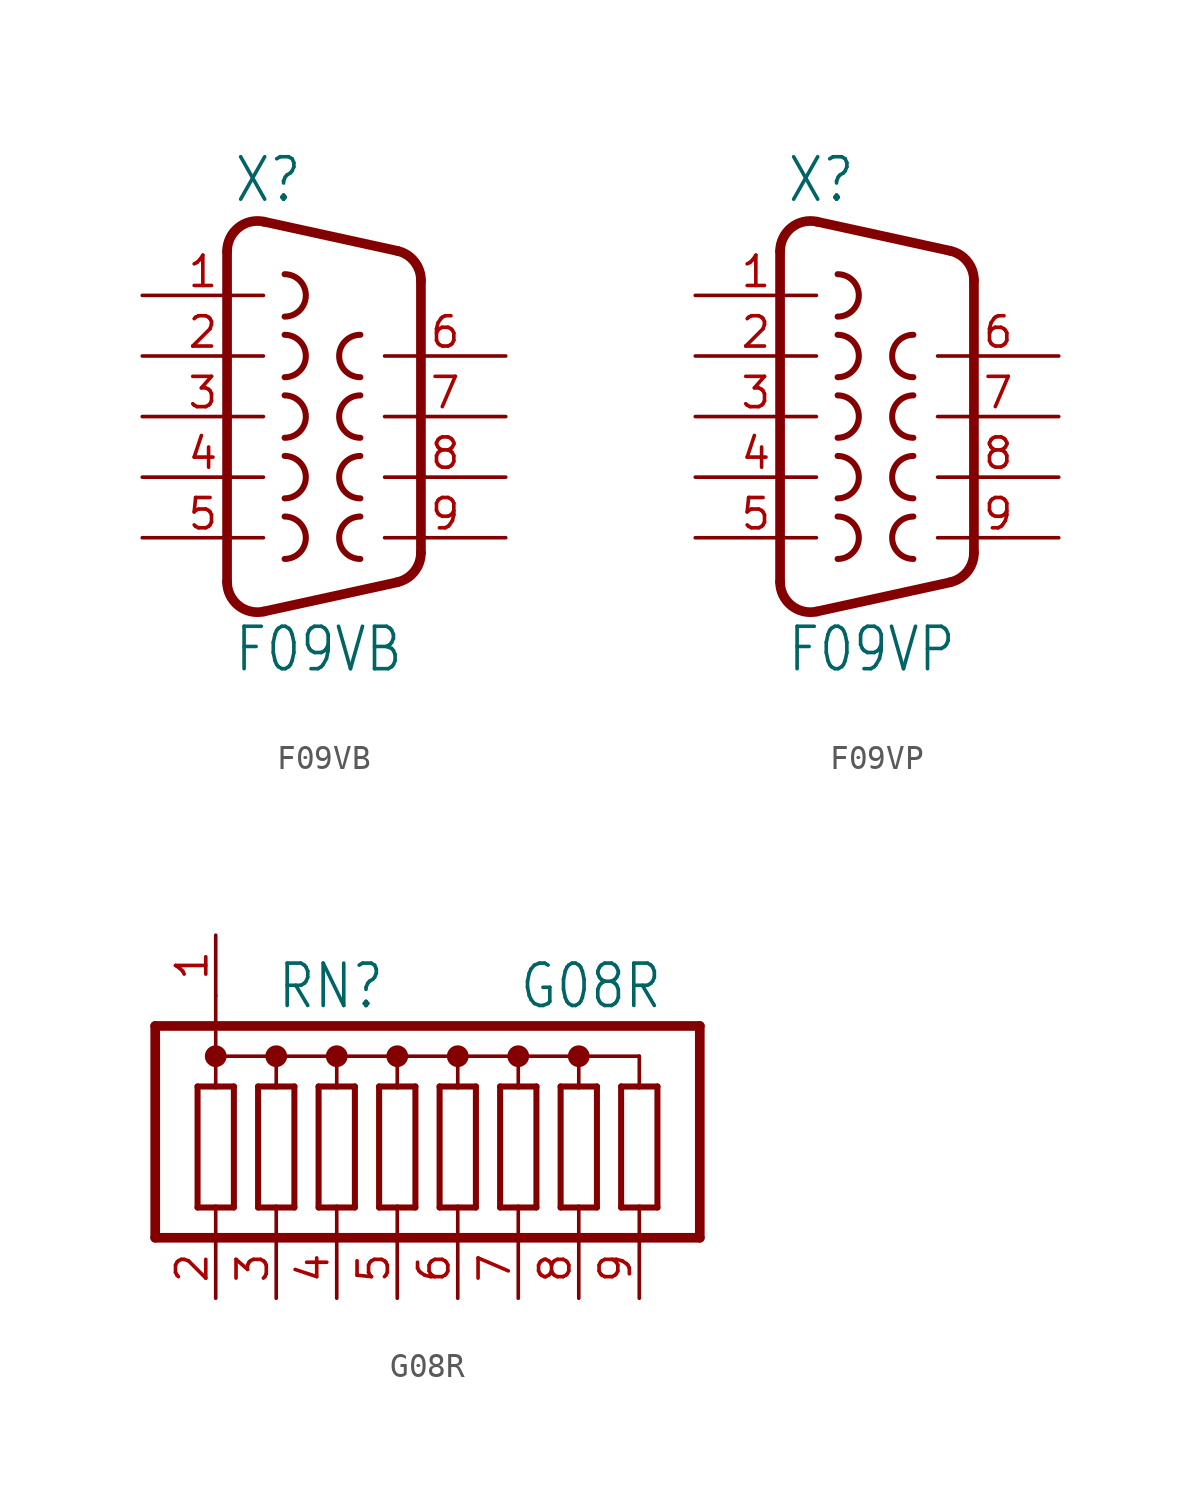
<source format=kicad_sym>
(kicad_symbol_lib
  (version 20220914)
  (generator kicad_symbol_editor)
  (symbol "F09VB"
    (property "Reference" "X"
      (at -3.81 8.89 0)
      (effects (font (size 1.778 1.511)) (justify left bottom)))
    (property "Value" "F09VB"
      (at -3.81 -10.795 0)
      (effects (font (size 1.778 1.511)) (justify left bottom)))
    (property "ki_locked" ""
      (at 0 0 0)
      (effects (font (size 1.27 1.27))))
    (symbol "F09VB_1_0"
      (arc (start -4.064 -6.9312) (mid -3.5903 -7.9205) (end -2.5226 -8.1719) (stroke (width 0.4064) (type default)) (fill (type none)))
      (arc (start -2.5226 8.172) (mid -3.5903 7.9205) (end -4.064 6.9312) (stroke (width 0.4064) (type default)) (fill (type none)))
      (arc (start -1.651 -5.969) (mid -0.7658 -5.08) (end -1.651 -4.191) (stroke (width 0.254) (type default)) (fill (type none)))
      (arc (start -1.651 -3.429) (mid -0.7658 -2.54) (end -1.651 -1.651) (stroke (width 0.254) (type default)) (fill (type none)))
      (arc (start -1.651 -0.889) (mid -0.7658 0) (end -1.651 0.889) (stroke (width 0.254) (type default)) (fill (type none)))
      (arc (start -1.651 1.651) (mid -0.7658 2.54) (end -1.651 3.429) (stroke (width 0.254) (type default)) (fill (type none)))
      (arc (start -1.651 4.191) (mid -0.7658 5.08) (end -1.651 5.969) (stroke (width 0.254) (type default)) (fill (type none)))
      (polyline (pts (xy -4.064 -6.931) (xy -4.064 6.931)) (stroke (width 0.406) (type default)) (fill (type none)))
      (polyline (pts (xy -2.523 -8.172) (xy 3.065 -6.949)) (stroke (width 0.406) (type default)) (fill (type none)))
      (polyline (pts (xy -2.523 8.172) (xy 3.065 6.949)) (stroke (width 0.406) (type default)) (fill (type none)))
      (polyline (pts (xy 4.064 -5.709) (xy 4.064 5.709)) (stroke (width 0.406) (type default)) (fill (type none)))
      (arc (start 1.524 -4.191) (mid 0.6388 -5.08) (end 1.524 -5.969) (stroke (width 0.254) (type default)) (fill (type none)))
      (arc (start 1.524 -1.651) (mid 0.6388 -2.54) (end 1.524 -3.429) (stroke (width 0.254) (type default)) (fill (type none)))
      (arc (start 1.524 0.889) (mid 0.6388 0) (end 1.524 -0.889) (stroke (width 0.254) (type default)) (fill (type none)))
      (arc (start 1.524 3.429) (mid 0.6388 2.54) (end 1.524 1.651) (stroke (width 0.254) (type default)) (fill (type none)))
      (arc (start 3.0654 -6.9494) (mid 3.7833 -6.5051) (end 4.064 -5.7088) (stroke (width 0.4064) (type default)) (fill (type none)))
      (arc (start 4.0642 5.7088) (mid 3.7836 6.5053) (end 3.0654 6.9495) (stroke (width 0.4064) (type default)) (fill (type none)))
      (pin passive line (at -7.62 5.08 0) (length 5.08) (name "1" (effects (font (size 0 0)))) (number "1" (effects (font (size 1.27 1.27)))))
      (pin passive line (at -7.62 2.54 0) (length 5.08) (name "2" (effects (font (size 0 0)))) (number "2" (effects (font (size 1.27 1.27)))))
      (pin passive line (at -7.62 0 0) (length 5.08) (name "3" (effects (font (size 0 0)))) (number "3" (effects (font (size 1.27 1.27)))))
      (pin passive line (at -7.62 -2.54 0) (length 5.08) (name "4" (effects (font (size 0 0)))) (number "4" (effects (font (size 1.27 1.27)))))
      (pin passive line (at -7.62 -5.08 0) (length 5.08) (name "5" (effects (font (size 0 0)))) (number "5" (effects (font (size 1.27 1.27)))))
      (pin passive line (at 7.62 2.54 180) (length 5.08) (name "6" (effects (font (size 0 0)))) (number "6" (effects (font (size 1.27 1.27)))))
      (pin passive line (at 7.62 0 180) (length 5.08) (name "7" (effects (font (size 0 0)))) (number "7" (effects (font (size 1.27 1.27)))))
      (pin passive line (at 7.62 -2.54 180) (length 5.08) (name "8" (effects (font (size 0 0)))) (number "8" (effects (font (size 1.27 1.27)))))
      (pin passive line (at 7.62 -5.08 180) (length 5.08) (name "9" (effects (font (size 0 0)))) (number "9" (effects (font (size 1.27 1.27)))))))
  (symbol "F09VP"
    (property "Reference" "X"
      (at -3.81 8.89 0)
      (effects (font (size 1.778 1.511)) (justify left bottom)))
    (property "Value" "F09VP"
      (at -3.81 -10.795 0)
      (effects (font (size 1.778 1.511)) (justify left bottom)))
    (property "ki_locked" ""
      (at 0 0 0)
      (effects (font (size 1.27 1.27))))
    (symbol "F09VP_1_0"
      (arc (start -4.064 -6.9312) (mid -3.5903 -7.9205) (end -2.5226 -8.1719) (stroke (width 0.4064) (type default)) (fill (type none)))
      (arc (start -2.5226 8.172) (mid -3.5903 7.9205) (end -4.064 6.9312) (stroke (width 0.4064) (type default)) (fill (type none)))
      (arc (start -1.651 -5.969) (mid -0.7658 -5.08) (end -1.651 -4.191) (stroke (width 0.254) (type default)) (fill (type none)))
      (arc (start -1.651 -3.429) (mid -0.7658 -2.54) (end -1.651 -1.651) (stroke (width 0.254) (type default)) (fill (type none)))
      (arc (start -1.651 -0.889) (mid -0.7658 0) (end -1.651 0.889) (stroke (width 0.254) (type default)) (fill (type none)))
      (arc (start -1.651 1.651) (mid -0.7658 2.54) (end -1.651 3.429) (stroke (width 0.254) (type default)) (fill (type none)))
      (arc (start -1.651 4.191) (mid -0.7658 5.08) (end -1.651 5.969) (stroke (width 0.254) (type default)) (fill (type none)))
      (polyline (pts (xy -4.064 -6.931) (xy -4.064 6.931)) (stroke (width 0.406) (type default)) (fill (type none)))
      (polyline (pts (xy -2.523 -8.172) (xy 3.065 -6.949)) (stroke (width 0.406) (type default)) (fill (type none)))
      (polyline (pts (xy -2.523 8.172) (xy 3.065 6.949)) (stroke (width 0.406) (type default)) (fill (type none)))
      (polyline (pts (xy 4.064 -5.709) (xy 4.064 5.709)) (stroke (width 0.406) (type default)) (fill (type none)))
      (arc (start 1.524 -4.191) (mid 0.6388 -5.08) (end 1.524 -5.969) (stroke (width 0.254) (type default)) (fill (type none)))
      (arc (start 1.524 -1.651) (mid 0.6388 -2.54) (end 1.524 -3.429) (stroke (width 0.254) (type default)) (fill (type none)))
      (arc (start 1.524 0.889) (mid 0.6388 0) (end 1.524 -0.889) (stroke (width 0.254) (type default)) (fill (type none)))
      (arc (start 1.524 3.429) (mid 0.6388 2.54) (end 1.524 1.651) (stroke (width 0.254) (type default)) (fill (type none)))
      (arc (start 3.0654 -6.9494) (mid 3.7833 -6.5051) (end 4.064 -5.7088) (stroke (width 0.4064) (type default)) (fill (type none)))
      (arc (start 4.0642 5.7088) (mid 3.7836 6.5053) (end 3.0654 6.9495) (stroke (width 0.4064) (type default)) (fill (type none)))
      (pin passive line (at -7.62 5.08 0) (length 5.08) (name "1" (effects (font (size 0 0)))) (number "1" (effects (font (size 1.27 1.27)))))
      (pin passive line (at -7.62 2.54 0) (length 5.08) (name "2" (effects (font (size 0 0)))) (number "2" (effects (font (size 1.27 1.27)))))
      (pin passive line (at -7.62 0 0) (length 5.08) (name "3" (effects (font (size 0 0)))) (number "3" (effects (font (size 1.27 1.27)))))
      (pin passive line (at -7.62 -2.54 0) (length 5.08) (name "4" (effects (font (size 0 0)))) (number "4" (effects (font (size 1.27 1.27)))))
      (pin passive line (at -7.62 -5.08 0) (length 5.08) (name "5" (effects (font (size 0 0)))) (number "5" (effects (font (size 1.27 1.27)))))
      (pin passive line (at 7.62 2.54 180) (length 5.08) (name "6" (effects (font (size 0 0)))) (number "6" (effects (font (size 1.27 1.27)))))
      (pin passive line (at 7.62 0 180) (length 5.08) (name "7" (effects (font (size 0 0)))) (number "7" (effects (font (size 1.27 1.27)))))
      (pin passive line (at 7.62 -2.54 180) (length 5.08) (name "8" (effects (font (size 0 0)))) (number "8" (effects (font (size 1.27 1.27)))))
      (pin passive line (at 7.62 -5.08 180) (length 5.08) (name "9" (effects (font (size 0 0)))) (number "9" (effects (font (size 1.27 1.27)))))))
  (symbol "G08R"
    (property "Reference" "RN"
      (at -7.62 6.985 0)
      (effects (font (size 1.778 1.511)) (justify left bottom)))
    (property "Value" "G08R"
      (at 2.54 6.985 0)
      (effects (font (size 1.778 1.511)) (justify left bottom)))
    (property "ki_locked" ""
      (at 0 0 0)
      (effects (font (size 1.27 1.27))))
    (symbol "G08R_1_0"
      (circle (center -10.16 5.08) (radius 0.254) (stroke (width 0.406) (type default)) (fill (type none)))
      (circle (center -7.62 5.08) (radius 0.254) (stroke (width 0.406) (type default)) (fill (type none)))
      (circle (center -5.08 5.08) (radius 0.254) (stroke (width 0.406) (type default)) (fill (type none)))
      (circle (center -2.54 5.08) (radius 0.254) (stroke (width 0.406) (type default)) (fill (type none)))
      (polyline (pts (xy -12.7 -2.54) (xy 10.16 -2.54)) (stroke (width 0.406) (type default)) (fill (type none)))
      (polyline (pts (xy -12.7 6.35) (xy -12.7 -2.54)) (stroke (width 0.406) (type default)) (fill (type none)))
      (polyline (pts (xy -12.7 6.35) (xy 10.16 6.35)) (stroke (width 0.406) (type default)) (fill (type none)))
      (polyline (pts (xy -10.922 -1.27) (xy -10.16 -1.27)) (stroke (width 0.254) (type default)) (fill (type none)))
      (polyline (pts (xy -10.922 3.81) (xy -10.922 -1.27)) (stroke (width 0.254) (type default)) (fill (type none)))
      (polyline (pts (xy -10.16 -1.27) (xy -10.16 -2.54)) (stroke (width 0.152) (type default)) (fill (type none)))
      (polyline (pts (xy -10.16 -1.27) (xy -9.398 -1.27)) (stroke (width 0.254) (type default)) (fill (type none)))
      (polyline (pts (xy -10.16 3.81) (xy -10.922 3.81)) (stroke (width 0.254) (type default)) (fill (type none)))
      (polyline (pts (xy -10.16 5.08) (xy -10.16 3.81)) (stroke (width 0.152) (type default)) (fill (type none)))
      (polyline (pts (xy -10.16 5.08) (xy -10.16 7.62)) (stroke (width 0.152) (type default)) (fill (type none)))
      (polyline (pts (xy -10.16 5.08) (xy -7.62 5.08)) (stroke (width 0.152) (type default)) (fill (type none)))
      (polyline (pts (xy -9.398 -1.27) (xy -9.398 3.81)) (stroke (width 0.254) (type default)) (fill (type none)))
      (polyline (pts (xy -9.398 3.81) (xy -10.16 3.81)) (stroke (width 0.254) (type default)) (fill (type none)))
      (polyline (pts (xy -8.382 -1.27) (xy -7.62 -1.27)) (stroke (width 0.254) (type default)) (fill (type none)))
      (polyline (pts (xy -8.382 3.81) (xy -8.382 -1.27)) (stroke (width 0.254) (type default)) (fill (type none)))
      (polyline (pts (xy -7.62 -2.54) (xy -7.62 -1.27)) (stroke (width 0.152) (type default)) (fill (type none)))
      (polyline (pts (xy -7.62 -1.27) (xy -6.858 -1.27)) (stroke (width 0.254) (type default)) (fill (type none)))
      (polyline (pts (xy -7.62 3.81) (xy -8.382 3.81)) (stroke (width 0.254) (type default)) (fill (type none)))
      (polyline (pts (xy -7.62 5.08) (xy -7.62 3.81)) (stroke (width 0.152) (type default)) (fill (type none)))
      (polyline (pts (xy -7.62 5.08) (xy -5.08 5.08)) (stroke (width 0.152) (type default)) (fill (type none)))
      (polyline (pts (xy -6.858 -1.27) (xy -6.858 3.81)) (stroke (width 0.254) (type default)) (fill (type none)))
      (polyline (pts (xy -6.858 3.81) (xy -7.62 3.81)) (stroke (width 0.254) (type default)) (fill (type none)))
      (polyline (pts (xy -5.842 -1.27) (xy -5.08 -1.27)) (stroke (width 0.254) (type default)) (fill (type none)))
      (polyline (pts (xy -5.842 3.81) (xy -5.842 -1.27)) (stroke (width 0.254) (type default)) (fill (type none)))
      (polyline (pts (xy -5.08 -2.54) (xy -5.08 -1.27)) (stroke (width 0.152) (type default)) (fill (type none)))
      (polyline (pts (xy -5.08 -1.27) (xy -4.318 -1.27)) (stroke (width 0.254) (type default)) (fill (type none)))
      (polyline (pts (xy -5.08 3.81) (xy -5.842 3.81)) (stroke (width 0.254) (type default)) (fill (type none)))
      (polyline (pts (xy -5.08 5.08) (xy -5.08 3.81)) (stroke (width 0.152) (type default)) (fill (type none)))
      (polyline (pts (xy -5.08 5.08) (xy -2.54 5.08)) (stroke (width 0.152) (type default)) (fill (type none)))
      (polyline (pts (xy -4.318 -1.27) (xy -4.318 3.81)) (stroke (width 0.254) (type default)) (fill (type none)))
      (polyline (pts (xy -4.318 3.81) (xy -5.08 3.81)) (stroke (width 0.254) (type default)) (fill (type none)))
      (polyline (pts (xy -3.302 -1.27) (xy -2.54 -1.27)) (stroke (width 0.254) (type default)) (fill (type none)))
      (polyline (pts (xy -3.302 3.81) (xy -3.302 -1.27)) (stroke (width 0.254) (type default)) (fill (type none)))
      (polyline (pts (xy -2.54 -2.54) (xy -2.54 -1.27)) (stroke (width 0.152) (type default)) (fill (type none)))
      (polyline (pts (xy -2.54 -1.27) (xy -1.778 -1.27)) (stroke (width 0.254) (type default)) (fill (type none)))
      (polyline (pts (xy -2.54 3.81) (xy -3.302 3.81)) (stroke (width 0.254) (type default)) (fill (type none)))
      (polyline (pts (xy -2.54 5.08) (xy -2.54 3.81)) (stroke (width 0.152) (type default)) (fill (type none)))
      (polyline (pts (xy -2.54 5.08) (xy 0 5.08)) (stroke (width 0.152) (type default)) (fill (type none)))
      (polyline (pts (xy -1.778 -1.27) (xy -1.778 3.81)) (stroke (width 0.254) (type default)) (fill (type none)))
      (polyline (pts (xy -1.778 3.81) (xy -2.54 3.81)) (stroke (width 0.254) (type default)) (fill (type none)))
      (polyline (pts (xy -0.762 -1.27) (xy 0 -1.27)) (stroke (width 0.254) (type default)) (fill (type none)))
      (polyline (pts (xy -0.762 3.81) (xy -0.762 -1.27)) (stroke (width 0.254) (type default)) (fill (type none)))
      (polyline (pts (xy 0 -2.54) (xy 0 -1.27)) (stroke (width 0.152) (type default)) (fill (type none)))
      (polyline (pts (xy 0 -1.27) (xy 0.762 -1.27)) (stroke (width 0.254) (type default)) (fill (type none)))
      (polyline (pts (xy 0 3.81) (xy -0.762 3.81)) (stroke (width 0.254) (type default)) (fill (type none)))
      (polyline (pts (xy 0 5.08) (xy 0 3.81)) (stroke (width 0.152) (type default)) (fill (type none)))
      (polyline (pts (xy 0 5.08) (xy 2.54 5.08)) (stroke (width 0.152) (type default)) (fill (type none)))
      (polyline (pts (xy 0.762 -1.27) (xy 0.762 3.81)) (stroke (width 0.254) (type default)) (fill (type none)))
      (polyline (pts (xy 0.762 3.81) (xy 0 3.81)) (stroke (width 0.254) (type default)) (fill (type none)))
      (polyline (pts (xy 1.778 -1.27) (xy 2.54 -1.27)) (stroke (width 0.254) (type default)) (fill (type none)))
      (polyline (pts (xy 1.778 3.81) (xy 1.778 -1.27)) (stroke (width 0.254) (type default)) (fill (type none)))
      (polyline (pts (xy 2.54 -1.27) (xy 2.54 -2.54)) (stroke (width 0.152) (type default)) (fill (type none)))
      (polyline (pts (xy 2.54 -1.27) (xy 3.302 -1.27)) (stroke (width 0.254) (type default)) (fill (type none)))
      (polyline (pts (xy 2.54 3.81) (xy 1.778 3.81)) (stroke (width 0.254) (type default)) (fill (type none)))
      (polyline (pts (xy 2.54 5.08) (xy 2.54 3.81)) (stroke (width 0.152) (type default)) (fill (type none)))
      (polyline (pts (xy 2.54 5.08) (xy 5.08 5.08)) (stroke (width 0.152) (type default)) (fill (type none)))
      (polyline (pts (xy 3.302 -1.27) (xy 3.302 3.81)) (stroke (width 0.254) (type default)) (fill (type none)))
      (polyline (pts (xy 3.302 3.81) (xy 2.54 3.81)) (stroke (width 0.254) (type default)) (fill (type none)))
      (polyline (pts (xy 4.318 -1.27) (xy 5.08 -1.27)) (stroke (width 0.254) (type default)) (fill (type none)))
      (polyline (pts (xy 4.318 3.81) (xy 4.318 -1.27)) (stroke (width 0.254) (type default)) (fill (type none)))
      (polyline (pts (xy 5.08 -2.54) (xy 5.08 -1.27)) (stroke (width 0.152) (type default)) (fill (type none)))
      (polyline (pts (xy 5.08 -1.27) (xy 5.842 -1.27)) (stroke (width 0.254) (type default)) (fill (type none)))
      (polyline (pts (xy 5.08 3.81) (xy 4.318 3.81)) (stroke (width 0.254) (type default)) (fill (type none)))
      (polyline (pts (xy 5.08 5.08) (xy 5.08 3.81)) (stroke (width 0.152) (type default)) (fill (type none)))
      (polyline (pts (xy 5.08 5.08) (xy 7.62 5.08)) (stroke (width 0.152) (type default)) (fill (type none)))
      (polyline (pts (xy 5.842 -1.27) (xy 5.842 3.81)) (stroke (width 0.254) (type default)) (fill (type none)))
      (polyline (pts (xy 5.842 3.81) (xy 5.08 3.81)) (stroke (width 0.254) (type default)) (fill (type none)))
      (polyline (pts (xy 6.858 -1.27) (xy 7.62 -1.27)) (stroke (width 0.254) (type default)) (fill (type none)))
      (polyline (pts (xy 6.858 3.81) (xy 6.858 -1.27)) (stroke (width 0.254) (type default)) (fill (type none)))
      (polyline (pts (xy 7.62 -2.54) (xy 7.62 -1.27)) (stroke (width 0.152) (type default)) (fill (type none)))
      (polyline (pts (xy 7.62 -1.27) (xy 8.382 -1.27)) (stroke (width 0.254) (type default)) (fill (type none)))
      (polyline (pts (xy 7.62 3.81) (xy 6.858 3.81)) (stroke (width 0.254) (type default)) (fill (type none)))
      (polyline (pts (xy 7.62 5.08) (xy 7.62 3.81)) (stroke (width 0.152) (type default)) (fill (type none)))
      (polyline (pts (xy 8.382 -1.27) (xy 8.382 3.81)) (stroke (width 0.254) (type default)) (fill (type none)))
      (polyline (pts (xy 8.382 3.81) (xy 7.62 3.81)) (stroke (width 0.254) (type default)) (fill (type none)))
      (polyline (pts (xy 10.16 6.35) (xy 10.16 -2.54)) (stroke (width 0.406) (type default)) (fill (type none)))
      (circle (center 0 5.08) (radius 0.254) (stroke (width 0.406) (type default)) (fill (type none)))
      (circle (center 2.54 5.08) (radius 0.254) (stroke (width 0.406) (type default)) (fill (type none)))
      (circle (center 5.08 5.08) (radius 0.254) (stroke (width 0.406) (type default)) (fill (type none)))
      (pin passive line (at -10.16 10.16 270) (length 2.54) (name "1" (effects (font (size 0 0)))) (number "1" (effects (font (size 1.27 1.27)))))
      (pin passive line (at -10.16 -5.08 90) (length 2.54) (name "2" (effects (font (size 0 0)))) (number "2" (effects (font (size 1.27 1.27)))))
      (pin passive line (at -7.62 -5.08 90) (length 2.54) (name "3" (effects (font (size 0 0)))) (number "3" (effects (font (size 1.27 1.27)))))
      (pin passive line (at -5.08 -5.08 90) (length 2.54) (name "4" (effects (font (size 0 0)))) (number "4" (effects (font (size 1.27 1.27)))))
      (pin passive line (at -2.54 -5.08 90) (length 2.54) (name "5" (effects (font (size 0 0)))) (number "5" (effects (font (size 1.27 1.27)))))
      (pin passive line (at 0 -5.08 90) (length 2.54) (name "6" (effects (font (size 0 0)))) (number "6" (effects (font (size 1.27 1.27)))))
      (pin passive line (at 2.54 -5.08 90) (length 2.54) (name "7" (effects (font (size 0 0)))) (number "7" (effects (font (size 1.27 1.27)))))
      (pin passive line (at 5.08 -5.08 90) (length 2.54) (name "8" (effects (font (size 0 0)))) (number "8" (effects (font (size 1.27 1.27)))))
      (pin passive line (at 7.62 -5.08 90) (length 2.54) (name "9" (effects (font (size 0 0)))) (number "9" (effects (font (size 1.27 1.27))))))))
</source>
